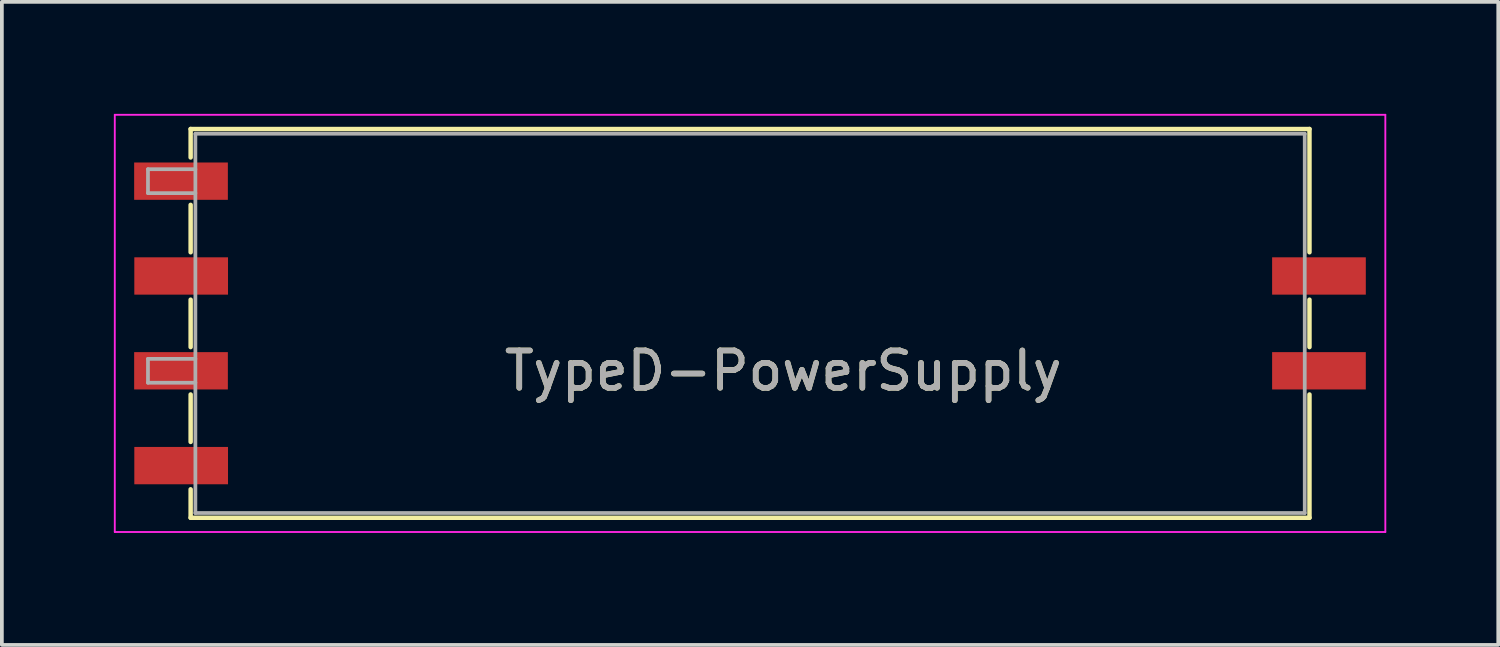
<source format=kicad_pcb>
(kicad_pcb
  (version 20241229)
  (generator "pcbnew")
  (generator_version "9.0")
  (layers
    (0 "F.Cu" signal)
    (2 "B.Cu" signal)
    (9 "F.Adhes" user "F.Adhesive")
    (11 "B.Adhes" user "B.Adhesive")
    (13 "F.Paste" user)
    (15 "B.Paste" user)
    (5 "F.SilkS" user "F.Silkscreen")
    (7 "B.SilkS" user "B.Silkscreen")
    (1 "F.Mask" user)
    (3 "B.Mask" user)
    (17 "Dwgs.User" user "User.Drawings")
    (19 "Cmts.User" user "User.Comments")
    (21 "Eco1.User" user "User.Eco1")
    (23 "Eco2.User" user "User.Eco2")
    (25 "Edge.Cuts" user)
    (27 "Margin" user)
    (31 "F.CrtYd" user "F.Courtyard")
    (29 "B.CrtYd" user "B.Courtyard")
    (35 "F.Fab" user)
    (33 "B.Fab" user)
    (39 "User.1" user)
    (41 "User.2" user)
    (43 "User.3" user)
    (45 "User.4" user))
  (footprint "TypeD-PowerSupply"
    (layer "F.Cu")
    (at 17.932 5.613)
    (property "Reference" "TypeD-PowerSupply" (at 0 1.27 0) (layer "F.SilkS") (effects (font (size 1 1) (thickness 0.15))))
    (attr smd)
    (fp_line (start -15.875 -5.207) (end -15.875 -4.445) (stroke (width 0.12) (type solid)) (layer "F.SilkS"))
    (fp_line (start -15.875 -5.207) (end 14.097 -5.207) (stroke (width 0.12) (type solid)) (layer "F.SilkS"))
    (fp_line (start -15.875 -3.175) (end -15.875 -1.905) (stroke (width 0.12) (type solid)) (layer "F.SilkS"))
    (fp_line (start -15.875 -0.635) (end -15.875 0.635) (stroke (width 0.12) (type solid)) (layer "F.SilkS"))
    (fp_line (start -15.875 1.905) (end -15.875 3.175) (stroke (width 0.12) (type solid)) (layer "F.SilkS"))
    (fp_line (start -15.875 4.445) (end -15.875 5.207) (stroke (width 0.12) (type solid)) (layer "F.SilkS"))
    (fp_line (start -15.875 5.207) (end 14.097 5.207) (stroke (width 0.12) (type solid)) (layer "F.SilkS"))
    (fp_line (start 14.097 -5.207) (end 14.097 -1.905) (stroke (width 0.12) (type solid)) (layer "F.SilkS"))
    (fp_line (start 14.097 -0.635) (end 14.097 0.635) (stroke (width 0.12) (type solid)) (layer "F.SilkS"))
    (fp_line (start 14.097 1.905) (end 14.097 5.207) (stroke (width 0.12) (type solid)) (layer "F.SilkS"))
    (fp_line (start -17.907 -5.588) (end -17.907 5.588) (stroke (width 0.05) (type solid)) (layer "F.CrtYd"))
    (fp_line (start -17.907 5.588) (end 16.129 5.588) (stroke (width 0.05) (type solid)) (layer "F.CrtYd"))
    (fp_line (start 16.129 -5.588) (end -17.907 -5.588) (stroke (width 0.05) (type solid)) (layer "F.CrtYd"))
    (fp_line (start 16.129 5.588) (end 16.129 -5.588) (stroke (width 0.05) (type solid)) (layer "F.CrtYd"))
    (fp_line (start -17.018 -4.13) (end -17.018 -3.49) (stroke (width 0.1) (type solid)) (layer "F.Fab"))
    (fp_line (start -17.018 -3.49) (end -15.748 -3.49) (stroke (width 0.1) (type solid)) (layer "F.Fab"))
    (fp_line (start -17.018 0.95) (end -17.018 1.59) (stroke (width 0.1) (type solid)) (layer "F.Fab"))
    (fp_line (start -17.018 1.59) (end -15.748 1.59) (stroke (width 0.1) (type solid)) (layer "F.Fab"))
    (fp_line (start -15.748 -5.08) (end 13.97 -5.08) (stroke (width 0.1) (type solid)) (layer "F.Fab"))
    (fp_line (start -15.748 -4.13) (end -17.018 -4.13) (stroke (width 0.1) (type solid)) (layer "F.Fab"))
    (fp_line (start -15.748 0.95) (end -17.018 0.95) (stroke (width 0.1) (type solid)) (layer "F.Fab"))
    (fp_line (start -15.748 5.08) (end -15.748 -5.08) (stroke (width 0.1) (type solid)) (layer "F.Fab"))
    (fp_line (start 13.97 -5.08) (end 13.97 5.08) (stroke (width 0.1) (type solid)) (layer "F.Fab"))
    (fp_line (start 13.97 5.08) (end -15.748 5.08) (stroke (width 0.1) (type solid)) (layer "F.Fab"))
    (fp_text user "${REFERENCE}" (at 0 1.27 180) (layer "F.Fab") (effects (font (size 1 1) (thickness 0.15))))
    (pad "1" smd rect (at -16.133 -3.81) (size 2.51 1) (layers "F.Cu" "F.Mask" "F.Paste"))
    (pad "2" smd rect (at -16.129 -1.27) (size 2.51 1) (layers "F.Cu" "F.Mask" "F.Paste"))
    (pad "3" smd rect (at -16.133 1.27) (size 2.51 1) (layers "F.Cu" "F.Mask" "F.Paste"))
    (pad "4" smd rect (at -16.129 3.81) (size 2.51 1) (layers "F.Cu" "F.Mask" "F.Paste"))
    (pad "5" smd rect (at 14.351 -1.27) (size 2.51 1) (layers "F.Cu" "F.Mask" "F.Paste"))
    (pad "6" smd rect (at 14.351 1.27) (size 2.51 1) (layers "F.Cu" "F.Mask" "F.Paste")))
  (gr_rect
    (start -3 -3)
    (end 37.086 14.226)
    (stroke (width 0.1) (type default))
    (fill no)
    (layer "Edge.Cuts")))
</source>
